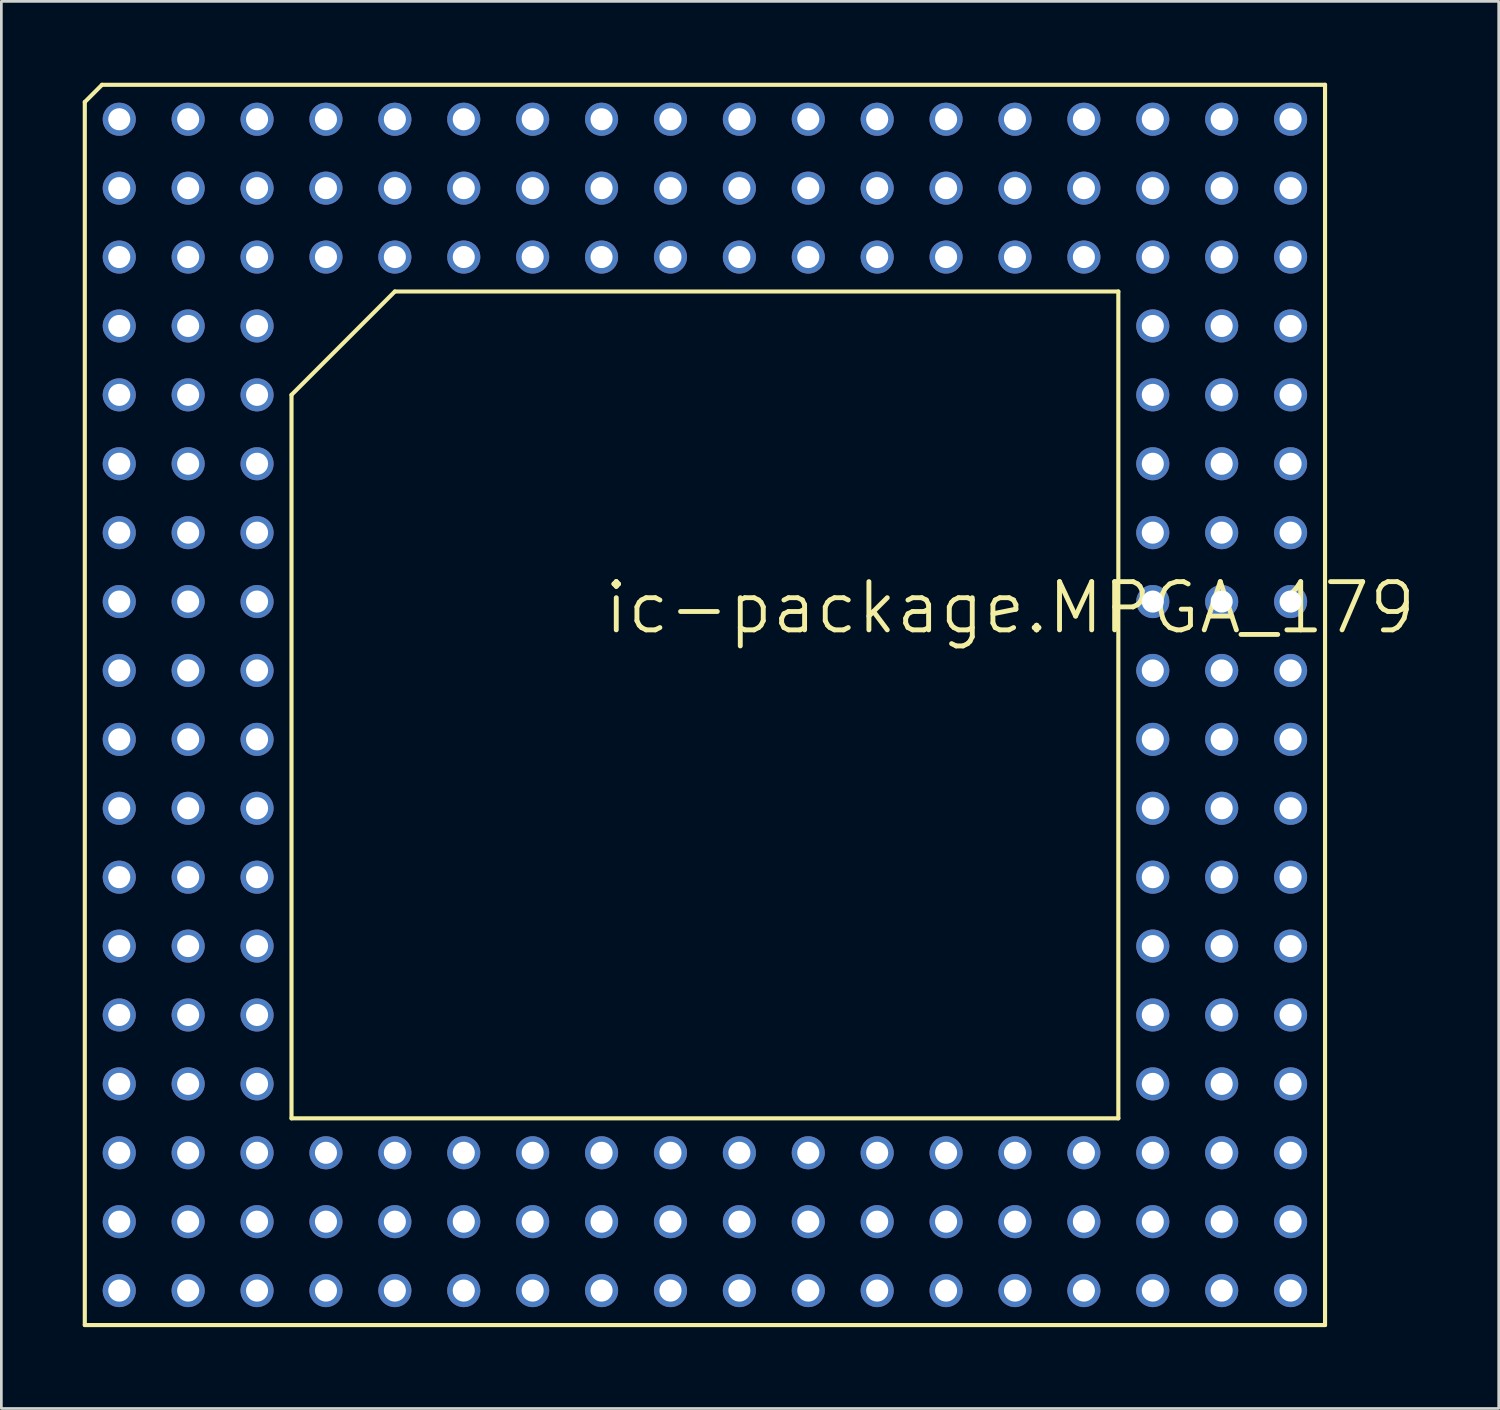
<source format=kicad_pcb>
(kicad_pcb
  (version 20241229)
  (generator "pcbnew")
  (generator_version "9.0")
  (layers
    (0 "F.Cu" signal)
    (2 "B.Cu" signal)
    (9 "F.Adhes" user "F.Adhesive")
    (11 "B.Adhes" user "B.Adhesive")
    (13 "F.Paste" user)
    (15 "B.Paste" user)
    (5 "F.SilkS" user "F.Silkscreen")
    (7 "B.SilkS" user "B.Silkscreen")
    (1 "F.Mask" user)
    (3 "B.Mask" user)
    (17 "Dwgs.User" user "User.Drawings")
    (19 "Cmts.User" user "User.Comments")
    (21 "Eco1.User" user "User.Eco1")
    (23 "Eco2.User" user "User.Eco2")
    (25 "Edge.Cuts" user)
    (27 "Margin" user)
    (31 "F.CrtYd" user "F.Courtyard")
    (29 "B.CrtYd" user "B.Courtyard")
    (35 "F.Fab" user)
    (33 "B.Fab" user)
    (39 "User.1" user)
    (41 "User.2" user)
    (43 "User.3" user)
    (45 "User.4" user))
  (footprint "ic-package.MPGA_179"
    (layer "F.Cu")
    (at 22.936 22.936)
    (property "Reference" "ic-package.MPGA_179" (at -3.81 -2.54 0) (layer "F.SilkS") (effects (font (size 1.778 1.778) (thickness 0.18)) (justify left bottom)))
    (attr through_hole)
    (fp_line (start -22.86 -22.225) (end -22.225 -22.86) (stroke (width 0.152) (type default)) (layer "F.SilkS"))
    (fp_line (start -22.86 22.86) (end -22.86 -22.225) (stroke (width 0.152) (type default)) (layer "F.SilkS"))
    (fp_line (start -22.225 -22.86) (end 22.86 -22.86) (stroke (width 0.152) (type default)) (layer "F.SilkS"))
    (fp_line (start -15.24 -11.43) (end -15.24 15.24) (stroke (width 0.152) (type default)) (layer "F.SilkS"))
    (fp_line (start -11.43 -15.24) (end -15.24 -11.43) (stroke (width 0.152) (type default)) (layer "F.SilkS"))
    (fp_line (start -11.43 -15.24) (end 15.24 -15.24) (stroke (width 0.152) (type default)) (layer "F.SilkS"))
    (fp_line (start 15.24 15.24) (end -15.24 15.24) (stroke (width 0.152) (type default)) (layer "F.SilkS"))
    (fp_line (start 15.24 15.24) (end 15.24 -15.24) (stroke (width 0.152) (type default)) (layer "F.SilkS"))
    (fp_line (start 22.86 -22.86) (end 22.86 22.86) (stroke (width 0.152) (type default)) (layer "F.SilkS"))
    (fp_line (start 22.86 22.86) (end -22.86 22.86) (stroke (width 0.152) (type default)) (layer "F.SilkS"))
    (pad "A01" thru_hole circle (at -21.59 -21.59 90) (size 1.219 1.219) (drill 0.813) (layers "*.Cu" "*.Mask"))
    (pad "A02" thru_hole circle (at -19.05 -21.59 90) (size 1.219 1.219) (drill 0.813) (layers "*.Cu" "*.Mask"))
    (pad "A03" thru_hole circle (at -16.51 -21.59 90) (size 1.219 1.219) (drill 0.813) (layers "*.Cu" "*.Mask"))
    (pad "A04" thru_hole circle (at -13.97 -21.59 90) (size 1.219 1.219) (drill 0.813) (layers "*.Cu" "*.Mask"))
    (pad "A05" thru_hole circle (at -11.43 -21.59 90) (size 1.219 1.219) (drill 0.813) (layers "*.Cu" "*.Mask"))
    (pad "A06" thru_hole circle (at -8.89 -21.59 90) (size 1.219 1.219) (drill 0.813) (layers "*.Cu" "*.Mask"))
    (pad "A07" thru_hole circle (at -6.35 -21.59 90) (size 1.219 1.219) (drill 0.813) (layers "*.Cu" "*.Mask"))
    (pad "A08" thru_hole circle (at -3.81 -21.59 90) (size 1.219 1.219) (drill 0.813) (layers "*.Cu" "*.Mask"))
    (pad "A09" thru_hole circle (at -1.27 -21.59 90) (size 1.219 1.219) (drill 0.813) (layers "*.Cu" "*.Mask"))
    (pad "A10" thru_hole circle (at 1.27 -21.59 90) (size 1.219 1.219) (drill 0.813) (layers "*.Cu" "*.Mask"))
    (pad "A11" thru_hole circle (at 3.81 -21.59 90) (size 1.219 1.219) (drill 0.813) (layers "*.Cu" "*.Mask"))
    (pad "A12" thru_hole circle (at 6.35 -21.59 90) (size 1.219 1.219) (drill 0.813) (layers "*.Cu" "*.Mask"))
    (pad "A13" thru_hole circle (at 8.89 -21.59 90) (size 1.219 1.219) (drill 0.813) (layers "*.Cu" "*.Mask"))
    (pad "A14" thru_hole circle (at 11.43 -21.59 90) (size 1.219 1.219) (drill 0.813) (layers "*.Cu" "*.Mask"))
    (pad "A15" thru_hole circle (at 13.97 -21.59 90) (size 1.219 1.219) (drill 0.813) (layers "*.Cu" "*.Mask"))
    (pad "A16" thru_hole circle (at 16.51 -21.59 90) (size 1.219 1.219) (drill 0.813) (layers "*.Cu" "*.Mask"))
    (pad "A17" thru_hole circle (at 19.05 -21.59 90) (size 1.219 1.219) (drill 0.813) (layers "*.Cu" "*.Mask"))
    (pad "A18" thru_hole circle (at 21.59 -21.59 90) (size 1.219 1.219) (drill 0.813) (layers "*.Cu" "*.Mask"))
    (pad "B01" thru_hole circle (at -21.59 -19.05 90) (size 1.219 1.219) (drill 0.813) (layers "*.Cu" "*.Mask"))
    (pad "B02" thru_hole circle (at -19.05 -19.05 90) (size 1.219 1.219) (drill 0.813) (layers "*.Cu" "*.Mask"))
    (pad "B03" thru_hole circle (at -16.51 -19.05 90) (size 1.219 1.219) (drill 0.813) (layers "*.Cu" "*.Mask"))
    (pad "B04" thru_hole circle (at -13.97 -19.05 90) (size 1.219 1.219) (drill 0.813) (layers "*.Cu" "*.Mask"))
    (pad "B05" thru_hole circle (at -11.43 -19.05 90) (size 1.219 1.219) (drill 0.813) (layers "*.Cu" "*.Mask"))
    (pad "B06" thru_hole circle (at -8.89 -19.05 90) (size 1.219 1.219) (drill 0.813) (layers "*.Cu" "*.Mask"))
    (pad "B07" thru_hole circle (at -6.35 -19.05 90) (size 1.219 1.219) (drill 0.813) (layers "*.Cu" "*.Mask"))
    (pad "B08" thru_hole circle (at -3.81 -19.05 90) (size 1.219 1.219) (drill 0.813) (layers "*.Cu" "*.Mask"))
    (pad "B09" thru_hole circle (at -1.27 -19.05 90) (size 1.219 1.219) (drill 0.813) (layers "*.Cu" "*.Mask"))
    (pad "B10" thru_hole circle (at 1.27 -19.05 90) (size 1.219 1.219) (drill 0.813) (layers "*.Cu" "*.Mask"))
    (pad "B11" thru_hole circle (at 3.81 -19.05 90) (size 1.219 1.219) (drill 0.813) (layers "*.Cu" "*.Mask"))
    (pad "B12" thru_hole circle (at 6.35 -19.05 90) (size 1.219 1.219) (drill 0.813) (layers "*.Cu" "*.Mask"))
    (pad "B13" thru_hole circle (at 8.89 -19.05 90) (size 1.219 1.219) (drill 0.813) (layers "*.Cu" "*.Mask"))
    (pad "B14" thru_hole circle (at 11.43 -19.05 90) (size 1.219 1.219) (drill 0.813) (layers "*.Cu" "*.Mask"))
    (pad "B15" thru_hole circle (at 13.97 -19.05 90) (size 1.219 1.219) (drill 0.813) (layers "*.Cu" "*.Mask"))
    (pad "B16" thru_hole circle (at 16.51 -19.05 90) (size 1.219 1.219) (drill 0.813) (layers "*.Cu" "*.Mask"))
    (pad "B17" thru_hole circle (at 19.05 -19.05 90) (size 1.219 1.219) (drill 0.813) (layers "*.Cu" "*.Mask"))
    (pad "B18" thru_hole circle (at 21.59 -19.05 90) (size 1.219 1.219) (drill 0.813) (layers "*.Cu" "*.Mask"))
    (pad "C01" thru_hole circle (at -21.59 -16.51 90) (size 1.219 1.219) (drill 0.813) (layers "*.Cu" "*.Mask"))
    (pad "C02" thru_hole circle (at -19.05 -16.51 90) (size 1.219 1.219) (drill 0.813) (layers "*.Cu" "*.Mask"))
    (pad "C03" thru_hole circle (at -16.51 -16.51 90) (size 1.219 1.219) (drill 0.813) (layers "*.Cu" "*.Mask"))
    (pad "C04" thru_hole circle (at -13.97 -16.51 90) (size 1.219 1.219) (drill 0.813) (layers "*.Cu" "*.Mask"))
    (pad "C05" thru_hole circle (at -11.43 -16.51 90) (size 1.219 1.219) (drill 0.813) (layers "*.Cu" "*.Mask"))
    (pad "C06" thru_hole circle (at -8.89 -16.51 90) (size 1.219 1.219) (drill 0.813) (layers "*.Cu" "*.Mask"))
    (pad "C07" thru_hole circle (at -6.35 -16.51 90) (size 1.219 1.219) (drill 0.813) (layers "*.Cu" "*.Mask"))
    (pad "C08" thru_hole circle (at -3.81 -16.51 90) (size 1.219 1.219) (drill 0.813) (layers "*.Cu" "*.Mask"))
    (pad "C09" thru_hole circle (at -1.27 -16.51 90) (size 1.219 1.219) (drill 0.813) (layers "*.Cu" "*.Mask"))
    (pad "C10" thru_hole circle (at 1.27 -16.51 90) (size 1.219 1.219) (drill 0.813) (layers "*.Cu" "*.Mask"))
    (pad "C11" thru_hole circle (at 3.81 -16.51 90) (size 1.219 1.219) (drill 0.813) (layers "*.Cu" "*.Mask"))
    (pad "C12" thru_hole circle (at 6.35 -16.51 90) (size 1.219 1.219) (drill 0.813) (layers "*.Cu" "*.Mask"))
    (pad "C13" thru_hole circle (at 8.89 -16.51 90) (size 1.219 1.219) (drill 0.813) (layers "*.Cu" "*.Mask"))
    (pad "C14" thru_hole circle (at 11.43 -16.51 90) (size 1.219 1.219) (drill 0.813) (layers "*.Cu" "*.Mask"))
    (pad "C15" thru_hole circle (at 13.97 -16.51 90) (size 1.219 1.219) (drill 0.813) (layers "*.Cu" "*.Mask"))
    (pad "C16" thru_hole circle (at 16.51 -16.51 90) (size 1.219 1.219) (drill 0.813) (layers "*.Cu" "*.Mask"))
    (pad "C17" thru_hole circle (at 19.05 -16.51 90) (size 1.219 1.219) (drill 0.813) (layers "*.Cu" "*.Mask"))
    (pad "C18" thru_hole circle (at 21.59 -16.51 90) (size 1.219 1.219) (drill 0.813) (layers "*.Cu" "*.Mask"))
    (pad "D01" thru_hole circle (at -21.59 -13.97 90) (size 1.219 1.219) (drill 0.813) (layers "*.Cu" "*.Mask"))
    (pad "D02" thru_hole circle (at -19.05 -13.97 90) (size 1.219 1.219) (drill 0.813) (layers "*.Cu" "*.Mask"))
    (pad "D03" thru_hole circle (at -16.51 -13.97 90) (size 1.219 1.219) (drill 0.813) (layers "*.Cu" "*.Mask"))
    (pad "D16" thru_hole circle (at 16.51 -13.97 90) (size 1.219 1.219) (drill 0.813) (layers "*.Cu" "*.Mask"))
    (pad "D17" thru_hole circle (at 19.05 -13.97 90) (size 1.219 1.219) (drill 0.813) (layers "*.Cu" "*.Mask"))
    (pad "D18" thru_hole circle (at 21.59 -13.97 90) (size 1.219 1.219) (drill 0.813) (layers "*.Cu" "*.Mask"))
    (pad "E01" thru_hole circle (at -21.59 -11.43 90) (size 1.219 1.219) (drill 0.813) (layers "*.Cu" "*.Mask"))
    (pad "E02" thru_hole circle (at -19.05 -11.43 90) (size 1.219 1.219) (drill 0.813) (layers "*.Cu" "*.Mask"))
    (pad "E03" thru_hole circle (at -16.51 -11.43 90) (size 1.219 1.219) (drill 0.813) (layers "*.Cu" "*.Mask"))
    (pad "E16" thru_hole circle (at 16.51 -11.43 90) (size 1.219 1.219) (drill 0.813) (layers "*.Cu" "*.Mask"))
    (pad "E17" thru_hole circle (at 19.05 -11.43 90) (size 1.219 1.219) (drill 0.813) (layers "*.Cu" "*.Mask"))
    (pad "E18" thru_hole circle (at 21.59 -11.43 90) (size 1.219 1.219) (drill 0.813) (layers "*.Cu" "*.Mask"))
    (pad "F01" thru_hole circle (at -21.59 -8.89 90) (size 1.219 1.219) (drill 0.813) (layers "*.Cu" "*.Mask"))
    (pad "F02" thru_hole circle (at -19.05 -8.89 90) (size 1.219 1.219) (drill 0.813) (layers "*.Cu" "*.Mask"))
    (pad "F03" thru_hole circle (at -16.51 -8.89 90) (size 1.219 1.219) (drill 0.813) (layers "*.Cu" "*.Mask"))
    (pad "F16" thru_hole circle (at 16.51 -8.89 90) (size 1.219 1.219) (drill 0.813) (layers "*.Cu" "*.Mask"))
    (pad "F17" thru_hole circle (at 19.05 -8.89 90) (size 1.219 1.219) (drill 0.813) (layers "*.Cu" "*.Mask"))
    (pad "F18" thru_hole circle (at 21.59 -8.89 90) (size 1.219 1.219) (drill 0.813) (layers "*.Cu" "*.Mask"))
    (pad "G01" thru_hole circle (at -21.59 -6.35 90) (size 1.219 1.219) (drill 0.813) (layers "*.Cu" "*.Mask"))
    (pad "G02" thru_hole circle (at -19.05 -6.35 90) (size 1.219 1.219) (drill 0.813) (layers "*.Cu" "*.Mask"))
    (pad "G03" thru_hole circle (at -16.51 -6.35 90) (size 1.219 1.219) (drill 0.813) (layers "*.Cu" "*.Mask"))
    (pad "G16" thru_hole circle (at 16.51 -6.35 90) (size 1.219 1.219) (drill 0.813) (layers "*.Cu" "*.Mask"))
    (pad "G17" thru_hole circle (at 19.05 -6.35 90) (size 1.219 1.219) (drill 0.813) (layers "*.Cu" "*.Mask"))
    (pad "G18" thru_hole circle (at 21.59 -6.35 90) (size 1.219 1.219) (drill 0.813) (layers "*.Cu" "*.Mask"))
    (pad "H01" thru_hole circle (at -21.59 -3.81 90) (size 1.219 1.219) (drill 0.813) (layers "*.Cu" "*.Mask"))
    (pad "H02" thru_hole circle (at -19.05 -3.81 90) (size 1.219 1.219) (drill 0.813) (layers "*.Cu" "*.Mask"))
    (pad "H03" thru_hole circle (at -16.51 -3.81 90) (size 1.219 1.219) (drill 0.813) (layers "*.Cu" "*.Mask"))
    (pad "H16" thru_hole circle (at 16.51 -3.81 90) (size 1.219 1.219) (drill 0.813) (layers "*.Cu" "*.Mask"))
    (pad "H17" thru_hole circle (at 19.05 -3.81 90) (size 1.219 1.219) (drill 0.813) (layers "*.Cu" "*.Mask"))
    (pad "H18" thru_hole circle (at 21.59 -3.81 90) (size 1.219 1.219) (drill 0.813) (layers "*.Cu" "*.Mask"))
    (pad "J01" thru_hole circle (at -21.59 -1.27 90) (size 1.219 1.219) (drill 0.813) (layers "*.Cu" "*.Mask"))
    (pad "J02" thru_hole circle (at -19.05 -1.27 90) (size 1.219 1.219) (drill 0.813) (layers "*.Cu" "*.Mask"))
    (pad "J03" thru_hole circle (at -16.51 -1.27 90) (size 1.219 1.219) (drill 0.813) (layers "*.Cu" "*.Mask"))
    (pad "J16" thru_hole circle (at 16.51 -1.27 90) (size 1.219 1.219) (drill 0.813) (layers "*.Cu" "*.Mask"))
    (pad "J17" thru_hole circle (at 19.05 -1.27 90) (size 1.219 1.219) (drill 0.813) (layers "*.Cu" "*.Mask"))
    (pad "J18" thru_hole circle (at 21.59 -1.27 90) (size 1.219 1.219) (drill 0.813) (layers "*.Cu" "*.Mask"))
    (pad "K01" thru_hole circle (at -21.59 1.27 90) (size 1.219 1.219) (drill 0.813) (layers "*.Cu" "*.Mask"))
    (pad "K02" thru_hole circle (at -19.05 1.27 90) (size 1.219 1.219) (drill 0.813) (layers "*.Cu" "*.Mask"))
    (pad "K03" thru_hole circle (at -16.51 1.27 90) (size 1.219 1.219) (drill 0.813) (layers "*.Cu" "*.Mask"))
    (pad "K16" thru_hole circle (at 16.51 1.27 90) (size 1.219 1.219) (drill 0.813) (layers "*.Cu" "*.Mask"))
    (pad "K17" thru_hole circle (at 19.05 1.27 90) (size 1.219 1.219) (drill 0.813) (layers "*.Cu" "*.Mask"))
    (pad "K18" thru_hole circle (at 21.59 1.27 90) (size 1.219 1.219) (drill 0.813) (layers "*.Cu" "*.Mask"))
    (pad "L01" thru_hole circle (at -21.59 3.81 90) (size 1.219 1.219) (drill 0.813) (layers "*.Cu" "*.Mask"))
    (pad "L02" thru_hole circle (at -19.05 3.81 90) (size 1.219 1.219) (drill 0.813) (layers "*.Cu" "*.Mask"))
    (pad "L03" thru_hole circle (at -16.51 3.81 90) (size 1.219 1.219) (drill 0.813) (layers "*.Cu" "*.Mask"))
    (pad "L16" thru_hole circle (at 16.51 3.81 90) (size 1.219 1.219) (drill 0.813) (layers "*.Cu" "*.Mask"))
    (pad "L17" thru_hole circle (at 19.05 3.81 90) (size 1.219 1.219) (drill 0.813) (layers "*.Cu" "*.Mask"))
    (pad "L18" thru_hole circle (at 21.59 3.81 90) (size 1.219 1.219) (drill 0.813) (layers "*.Cu" "*.Mask"))
    (pad "M01" thru_hole circle (at -21.59 6.35 90) (size 1.219 1.219) (drill 0.813) (layers "*.Cu" "*.Mask"))
    (pad "M02" thru_hole circle (at -19.05 6.35 90) (size 1.219 1.219) (drill 0.813) (layers "*.Cu" "*.Mask"))
    (pad "M03" thru_hole circle (at -16.51 6.35 90) (size 1.219 1.219) (drill 0.813) (layers "*.Cu" "*.Mask"))
    (pad "M16" thru_hole circle (at 16.51 6.35 90) (size 1.219 1.219) (drill 0.813) (layers "*.Cu" "*.Mask"))
    (pad "M17" thru_hole circle (at 19.05 6.35 90) (size 1.219 1.219) (drill 0.813) (layers "*.Cu" "*.Mask"))
    (pad "M18" thru_hole circle (at 21.59 6.35 90) (size 1.219 1.219) (drill 0.813) (layers "*.Cu" "*.Mask"))
    (pad "N01" thru_hole circle (at -21.59 8.89 90) (size 1.219 1.219) (drill 0.813) (layers "*.Cu" "*.Mask"))
    (pad "N02" thru_hole circle (at -19.05 8.89 90) (size 1.219 1.219) (drill 0.813) (layers "*.Cu" "*.Mask"))
    (pad "N03" thru_hole circle (at -16.51 8.89 90) (size 1.219 1.219) (drill 0.813) (layers "*.Cu" "*.Mask"))
    (pad "N16" thru_hole circle (at 16.51 8.89 90) (size 1.219 1.219) (drill 0.813) (layers "*.Cu" "*.Mask"))
    (pad "N17" thru_hole circle (at 19.05 8.89 90) (size 1.219 1.219) (drill 0.813) (layers "*.Cu" "*.Mask"))
    (pad "N18" thru_hole circle (at 21.59 8.89 90) (size 1.219 1.219) (drill 0.813) (layers "*.Cu" "*.Mask"))
    (pad "P01" thru_hole circle (at -21.59 11.43 90) (size 1.219 1.219) (drill 0.813) (layers "*.Cu" "*.Mask"))
    (pad "P02" thru_hole circle (at -19.05 11.43 90) (size 1.219 1.219) (drill 0.813) (layers "*.Cu" "*.Mask"))
    (pad "P03" thru_hole circle (at -16.51 11.43 90) (size 1.219 1.219) (drill 0.813) (layers "*.Cu" "*.Mask"))
    (pad "P16" thru_hole circle (at 16.51 11.43 90) (size 1.219 1.219) (drill 0.813) (layers "*.Cu" "*.Mask"))
    (pad "P17" thru_hole circle (at 19.05 11.43 90) (size 1.219 1.219) (drill 0.813) (layers "*.Cu" "*.Mask"))
    (pad "P18" thru_hole circle (at 21.59 11.43 90) (size 1.219 1.219) (drill 0.813) (layers "*.Cu" "*.Mask"))
    (pad "Q01" thru_hole circle (at -21.59 13.97 90) (size 1.219 1.219) (drill 0.813) (layers "*.Cu" "*.Mask"))
    (pad "Q02" thru_hole circle (at -19.05 13.97 90) (size 1.219 1.219) (drill 0.813) (layers "*.Cu" "*.Mask"))
    (pad "Q03" thru_hole circle (at -16.51 13.97 90) (size 1.219 1.219) (drill 0.813) (layers "*.Cu" "*.Mask"))
    (pad "Q16" thru_hole circle (at 16.51 13.97 90) (size 1.219 1.219) (drill 0.813) (layers "*.Cu" "*.Mask"))
    (pad "Q17" thru_hole circle (at 19.05 13.97 90) (size 1.219 1.219) (drill 0.813) (layers "*.Cu" "*.Mask"))
    (pad "Q18" thru_hole circle (at 21.59 13.97 90) (size 1.219 1.219) (drill 0.813) (layers "*.Cu" "*.Mask"))
    (pad "R01" thru_hole circle (at -21.59 16.51 90) (size 1.219 1.219) (drill 0.813) (layers "*.Cu" "*.Mask"))
    (pad "R02" thru_hole circle (at -19.05 16.51 90) (size 1.219 1.219) (drill 0.813) (layers "*.Cu" "*.Mask"))
    (pad "R03" thru_hole circle (at -16.51 16.51 90) (size 1.219 1.219) (drill 0.813) (layers "*.Cu" "*.Mask"))
    (pad "R04" thru_hole circle (at -13.97 16.51 90) (size 1.219 1.219) (drill 0.813) (layers "*.Cu" "*.Mask"))
    (pad "R05" thru_hole circle (at -11.43 16.51 90) (size 1.219 1.219) (drill 0.813) (layers "*.Cu" "*.Mask"))
    (pad "R06" thru_hole circle (at -8.89 16.51 90) (size 1.219 1.219) (drill 0.813) (layers "*.Cu" "*.Mask"))
    (pad "R07" thru_hole circle (at -6.35 16.51 90) (size 1.219 1.219) (drill 0.813) (layers "*.Cu" "*.Mask"))
    (pad "R08" thru_hole circle (at -3.81 16.51 90) (size 1.219 1.219) (drill 0.813) (layers "*.Cu" "*.Mask"))
    (pad "R09" thru_hole circle (at -1.27 16.51 90) (size 1.219 1.219) (drill 0.813) (layers "*.Cu" "*.Mask"))
    (pad "R10" thru_hole circle (at 1.27 16.51 90) (size 1.219 1.219) (drill 0.813) (layers "*.Cu" "*.Mask"))
    (pad "R11" thru_hole circle (at 3.81 16.51 90) (size 1.219 1.219) (drill 0.813) (layers "*.Cu" "*.Mask"))
    (pad "R12" thru_hole circle (at 6.35 16.51 90) (size 1.219 1.219) (drill 0.813) (layers "*.Cu" "*.Mask"))
    (pad "R13" thru_hole circle (at 8.89 16.51 90) (size 1.219 1.219) (drill 0.813) (layers "*.Cu" "*.Mask"))
    (pad "R14" thru_hole circle (at 11.43 16.51 90) (size 1.219 1.219) (drill 0.813) (layers "*.Cu" "*.Mask"))
    (pad "R15" thru_hole circle (at 13.97 16.51 90) (size 1.219 1.219) (drill 0.813) (layers "*.Cu" "*.Mask"))
    (pad "R16" thru_hole circle (at 16.51 16.51 90) (size 1.219 1.219) (drill 0.813) (layers "*.Cu" "*.Mask"))
    (pad "R17" thru_hole circle (at 19.05 16.51 90) (size 1.219 1.219) (drill 0.813) (layers "*.Cu" "*.Mask"))
    (pad "R18" thru_hole circle (at 21.59 16.51 90) (size 1.219 1.219) (drill 0.813) (layers "*.Cu" "*.Mask"))
    (pad "S01" thru_hole circle (at -21.59 19.05 90) (size 1.219 1.219) (drill 0.813) (layers "*.Cu" "*.Mask"))
    (pad "S02" thru_hole circle (at -19.05 19.05 90) (size 1.219 1.219) (drill 0.813) (layers "*.Cu" "*.Mask"))
    (pad "S03" thru_hole circle (at -16.51 19.05 90) (size 1.219 1.219) (drill 0.813) (layers "*.Cu" "*.Mask"))
    (pad "S04" thru_hole circle (at -13.97 19.05 90) (size 1.219 1.219) (drill 0.813) (layers "*.Cu" "*.Mask"))
    (pad "S05" thru_hole circle (at -11.43 19.05 90) (size 1.219 1.219) (drill 0.813) (layers "*.Cu" "*.Mask"))
    (pad "S06" thru_hole circle (at -8.89 19.05 90) (size 1.219 1.219) (drill 0.813) (layers "*.Cu" "*.Mask"))
    (pad "S07" thru_hole circle (at -6.35 19.05 90) (size 1.219 1.219) (drill 0.813) (layers "*.Cu" "*.Mask"))
    (pad "S08" thru_hole circle (at -3.81 19.05 90) (size 1.219 1.219) (drill 0.813) (layers "*.Cu" "*.Mask"))
    (pad "S09" thru_hole circle (at -1.27 19.05 90) (size 1.219 1.219) (drill 0.813) (layers "*.Cu" "*.Mask"))
    (pad "S10" thru_hole circle (at 1.27 19.05 90) (size 1.219 1.219) (drill 0.813) (layers "*.Cu" "*.Mask"))
    (pad "S11" thru_hole circle (at 3.81 19.05 90) (size 1.219 1.219) (drill 0.813) (layers "*.Cu" "*.Mask"))
    (pad "S12" thru_hole circle (at 6.35 19.05 90) (size 1.219 1.219) (drill 0.813) (layers "*.Cu" "*.Mask"))
    (pad "S13" thru_hole circle (at 8.89 19.05 90) (size 1.219 1.219) (drill 0.813) (layers "*.Cu" "*.Mask"))
    (pad "S14" thru_hole circle (at 11.43 19.05 90) (size 1.219 1.219) (drill 0.813) (layers "*.Cu" "*.Mask"))
    (pad "S15" thru_hole circle (at 13.97 19.05 90) (size 1.219 1.219) (drill 0.813) (layers "*.Cu" "*.Mask"))
    (pad "S16" thru_hole circle (at 16.51 19.05 90) (size 1.219 1.219) (drill 0.813) (layers "*.Cu" "*.Mask"))
    (pad "S17" thru_hole circle (at 19.05 19.05 90) (size 1.219 1.219) (drill 0.813) (layers "*.Cu" "*.Mask"))
    (pad "S18" thru_hole circle (at 21.59 19.05 90) (size 1.219 1.219) (drill 0.813) (layers "*.Cu" "*.Mask"))
    (pad "T01" thru_hole circle (at -21.59 21.59 90) (size 1.219 1.219) (drill 0.813) (layers "*.Cu" "*.Mask"))
    (pad "T02" thru_hole circle (at -19.05 21.59 90) (size 1.219 1.219) (drill 0.813) (layers "*.Cu" "*.Mask"))
    (pad "T03" thru_hole circle (at -16.51 21.59 90) (size 1.219 1.219) (drill 0.813) (layers "*.Cu" "*.Mask"))
    (pad "T04" thru_hole circle (at -13.97 21.59 90) (size 1.219 1.219) (drill 0.813) (layers "*.Cu" "*.Mask"))
    (pad "T05" thru_hole circle (at -11.43 21.59 90) (size 1.219 1.219) (drill 0.813) (layers "*.Cu" "*.Mask"))
    (pad "T06" thru_hole circle (at -8.89 21.59 90) (size 1.219 1.219) (drill 0.813) (layers "*.Cu" "*.Mask"))
    (pad "T07" thru_hole circle (at -6.35 21.59 90) (size 1.219 1.219) (drill 0.813) (layers "*.Cu" "*.Mask"))
    (pad "T08" thru_hole circle (at -3.81 21.59 90) (size 1.219 1.219) (drill 0.813) (layers "*.Cu" "*.Mask"))
    (pad "T09" thru_hole circle (at -1.27 21.59 90) (size 1.219 1.219) (drill 0.813) (layers "*.Cu" "*.Mask"))
    (pad "T10" thru_hole circle (at 1.27 21.59 90) (size 1.219 1.219) (drill 0.813) (layers "*.Cu" "*.Mask"))
    (pad "T11" thru_hole circle (at 3.81 21.59 90) (size 1.219 1.219) (drill 0.813) (layers "*.Cu" "*.Mask"))
    (pad "T12" thru_hole circle (at 6.35 21.59 90) (size 1.219 1.219) (drill 0.813) (layers "*.Cu" "*.Mask"))
    (pad "T13" thru_hole circle (at 8.89 21.59 90) (size 1.219 1.219) (drill 0.813) (layers "*.Cu" "*.Mask"))
    (pad "T14" thru_hole circle (at 11.43 21.59 90) (size 1.219 1.219) (drill 0.813) (layers "*.Cu" "*.Mask"))
    (pad "T15" thru_hole circle (at 13.97 21.59 90) (size 1.219 1.219) (drill 0.813) (layers "*.Cu" "*.Mask"))
    (pad "T16" thru_hole circle (at 16.51 21.59 90) (size 1.219 1.219) (drill 0.813) (layers "*.Cu" "*.Mask"))
    (pad "T17" thru_hole circle (at 19.05 21.59 90) (size 1.219 1.219) (drill 0.813) (layers "*.Cu" "*.Mask"))
    (pad "T18" thru_hole circle (at 21.59 21.59 90) (size 1.219 1.219) (drill 0.813) (layers "*.Cu" "*.Mask")))
  (gr_rect
    (start -3 -3)
    (end 52.198 48.872)
    (stroke (width 0.1) (type default))
    (fill no)
    (layer "Edge.Cuts")))
</source>
